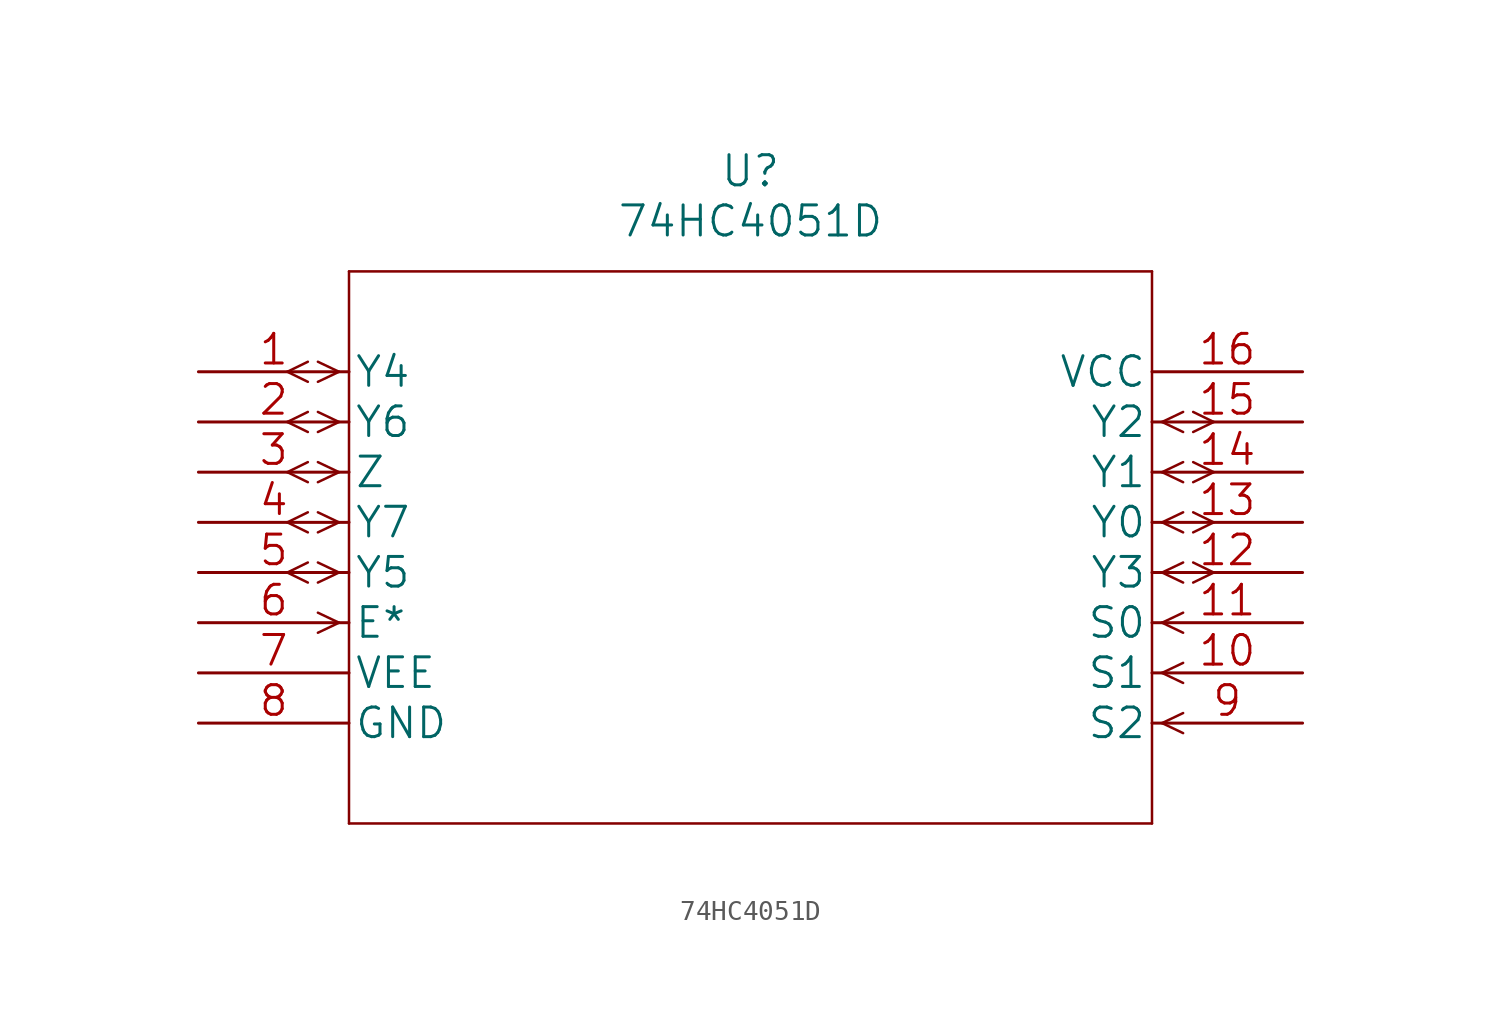
<source format=kicad_sym>
(kicad_symbol_lib
  (version 20211014)
  (generator kicad_symbol_editor)
  (symbol "74HC4051D"
    (pin_names
      (offset 0.254))
    (property "Reference" "U"
      (at 27.94 10.16 0)
      (effects (font (size 1.524 1.524))))
    (property "Value" "74HC4051D"
      (at 27.94 7.62 0)
      (effects (font (size 1.524 1.524))))
    (property "Datasheet" ""
      (at 0 0 0)
      (effects (font (size 1.524 1.524))))
    (property "ki_locked" ""
      (at 0 0 0)
      (effects (font (size 1.27 1.27))))
    (symbol "74HC4051D_1_1"
      (polyline (pts (xy 5.537 -10.668) (xy 4.496 -10.16)) (stroke (width 0.127) (type default) (color 0 0 0 0)) (fill (type none)))
      (polyline (pts (xy 5.537 -9.652) (xy 4.496 -10.16)) (stroke (width 0.127) (type default) (color 0 0 0 0)) (fill (type none)))
      (polyline (pts (xy 5.537 -8.128) (xy 4.496 -7.62)) (stroke (width 0.127) (type default) (color 0 0 0 0)) (fill (type none)))
      (polyline (pts (xy 5.537 -7.112) (xy 4.496 -7.62)) (stroke (width 0.127) (type default) (color 0 0 0 0)) (fill (type none)))
      (polyline (pts (xy 5.537 -5.588) (xy 4.496 -5.08)) (stroke (width 0.127) (type default) (color 0 0 0 0)) (fill (type none)))
      (polyline (pts (xy 5.537 -4.572) (xy 4.496 -5.08)) (stroke (width 0.127) (type default) (color 0 0 0 0)) (fill (type none)))
      (polyline (pts (xy 5.537 -3.048) (xy 4.496 -2.54)) (stroke (width 0.127) (type default) (color 0 0 0 0)) (fill (type none)))
      (polyline (pts (xy 5.537 -2.032) (xy 4.496 -2.54)) (stroke (width 0.127) (type default) (color 0 0 0 0)) (fill (type none)))
      (polyline (pts (xy 5.537 -0.508) (xy 4.496 0)) (stroke (width 0.127) (type default) (color 0 0 0 0)) (fill (type none)))
      (polyline (pts (xy 5.537 0.508) (xy 4.496 0)) (stroke (width 0.127) (type default) (color 0 0 0 0)) (fill (type none)))
      (polyline (pts (xy 7.112 -12.7) (xy 6.045 -13.208)) (stroke (width 0.127) (type default) (color 0 0 0 0)) (fill (type none)))
      (polyline (pts (xy 7.112 -12.7) (xy 6.045 -12.192)) (stroke (width 0.127) (type default) (color 0 0 0 0)) (fill (type none)))
      (polyline (pts (xy 7.112 -10.16) (xy 6.045 -10.668)) (stroke (width 0.127) (type default) (color 0 0 0 0)) (fill (type none)))
      (polyline (pts (xy 7.112 -10.16) (xy 6.045 -9.652)) (stroke (width 0.127) (type default) (color 0 0 0 0)) (fill (type none)))
      (polyline (pts (xy 7.112 -7.62) (xy 6.045 -8.128)) (stroke (width 0.127) (type default) (color 0 0 0 0)) (fill (type none)))
      (polyline (pts (xy 7.112 -7.62) (xy 6.045 -7.112)) (stroke (width 0.127) (type default) (color 0 0 0 0)) (fill (type none)))
      (polyline (pts (xy 7.112 -5.08) (xy 6.045 -5.588)) (stroke (width 0.127) (type default) (color 0 0 0 0)) (fill (type none)))
      (polyline (pts (xy 7.112 -5.08) (xy 6.045 -4.572)) (stroke (width 0.127) (type default) (color 0 0 0 0)) (fill (type none)))
      (polyline (pts (xy 7.112 -2.54) (xy 6.045 -3.048)) (stroke (width 0.127) (type default) (color 0 0 0 0)) (fill (type none)))
      (polyline (pts (xy 7.112 -2.54) (xy 6.045 -2.032)) (stroke (width 0.127) (type default) (color 0 0 0 0)) (fill (type none)))
      (polyline (pts (xy 7.112 0) (xy 6.045 -0.508)) (stroke (width 0.127) (type default) (color 0 0 0 0)) (fill (type none)))
      (polyline (pts (xy 7.112 0) (xy 6.045 0.508)) (stroke (width 0.127) (type default) (color 0 0 0 0)) (fill (type none)))
      (polyline (pts (xy 7.62 -22.86) (xy 48.26 -22.86)) (stroke (width 0.127) (type default) (color 0 0 0 0)) (fill (type none)))
      (polyline (pts (xy 7.62 5.08) (xy 7.62 -22.86)) (stroke (width 0.127) (type default) (color 0 0 0 0)) (fill (type none)))
      (polyline (pts (xy 48.26 -22.86) (xy 48.26 5.08)) (stroke (width 0.127) (type default) (color 0 0 0 0)) (fill (type none)))
      (polyline (pts (xy 48.26 5.08) (xy 7.62 5.08)) (stroke (width 0.127) (type default) (color 0 0 0 0)) (fill (type none)))
      (polyline (pts (xy 48.768 -17.78) (xy 49.835 -18.288)) (stroke (width 0.127) (type default) (color 0 0 0 0)) (fill (type none)))
      (polyline (pts (xy 48.768 -17.78) (xy 49.835 -17.272)) (stroke (width 0.127) (type default) (color 0 0 0 0)) (fill (type none)))
      (polyline (pts (xy 48.768 -15.24) (xy 49.835 -15.748)) (stroke (width 0.127) (type default) (color 0 0 0 0)) (fill (type none)))
      (polyline (pts (xy 48.768 -15.24) (xy 49.835 -14.732)) (stroke (width 0.127) (type default) (color 0 0 0 0)) (fill (type none)))
      (polyline (pts (xy 48.768 -12.7) (xy 49.835 -13.208)) (stroke (width 0.127) (type default) (color 0 0 0 0)) (fill (type none)))
      (polyline (pts (xy 48.768 -12.7) (xy 49.835 -12.192)) (stroke (width 0.127) (type default) (color 0 0 0 0)) (fill (type none)))
      (polyline (pts (xy 48.768 -10.16) (xy 49.835 -10.668)) (stroke (width 0.127) (type default) (color 0 0 0 0)) (fill (type none)))
      (polyline (pts (xy 48.768 -10.16) (xy 49.835 -9.652)) (stroke (width 0.127) (type default) (color 0 0 0 0)) (fill (type none)))
      (polyline (pts (xy 48.768 -7.62) (xy 49.835 -8.128)) (stroke (width 0.127) (type default) (color 0 0 0 0)) (fill (type none)))
      (polyline (pts (xy 48.768 -7.62) (xy 49.835 -7.112)) (stroke (width 0.127) (type default) (color 0 0 0 0)) (fill (type none)))
      (polyline (pts (xy 48.768 -5.08) (xy 49.835 -5.588)) (stroke (width 0.127) (type default) (color 0 0 0 0)) (fill (type none)))
      (polyline (pts (xy 48.768 -5.08) (xy 49.835 -4.572)) (stroke (width 0.127) (type default) (color 0 0 0 0)) (fill (type none)))
      (polyline (pts (xy 48.768 -2.54) (xy 49.835 -3.048)) (stroke (width 0.127) (type default) (color 0 0 0 0)) (fill (type none)))
      (polyline (pts (xy 48.768 -2.54) (xy 49.835 -2.032)) (stroke (width 0.127) (type default) (color 0 0 0 0)) (fill (type none)))
      (polyline (pts (xy 50.343 -10.668) (xy 51.384 -10.16)) (stroke (width 0.127) (type default) (color 0 0 0 0)) (fill (type none)))
      (polyline (pts (xy 50.343 -9.652) (xy 51.384 -10.16)) (stroke (width 0.127) (type default) (color 0 0 0 0)) (fill (type none)))
      (polyline (pts (xy 50.343 -8.128) (xy 51.384 -7.62)) (stroke (width 0.127) (type default) (color 0 0 0 0)) (fill (type none)))
      (polyline (pts (xy 50.343 -7.112) (xy 51.384 -7.62)) (stroke (width 0.127) (type default) (color 0 0 0 0)) (fill (type none)))
      (polyline (pts (xy 50.343 -5.588) (xy 51.384 -5.08)) (stroke (width 0.127) (type default) (color 0 0 0 0)) (fill (type none)))
      (polyline (pts (xy 50.343 -4.572) (xy 51.384 -5.08)) (stroke (width 0.127) (type default) (color 0 0 0 0)) (fill (type none)))
      (polyline (pts (xy 50.343 -3.048) (xy 51.384 -2.54)) (stroke (width 0.127) (type default) (color 0 0 0 0)) (fill (type none)))
      (polyline (pts (xy 50.343 -2.032) (xy 51.384 -2.54)) (stroke (width 0.127) (type default) (color 0 0 0 0)) (fill (type none)))
      (pin bidirectional line (at 0 0 0) (length 7.62) (name "Y4" (effects (font (size 1.499 1.499)))) (number "1" (effects (font (size 1.499 1.499)))))
      (pin input line (at 55.88 -15.24 180) (length 7.62) (name "S1" (effects (font (size 1.499 1.499)))) (number "10" (effects (font (size 1.499 1.499)))))
      (pin input line (at 55.88 -12.7 180) (length 7.62) (name "S0" (effects (font (size 1.499 1.499)))) (number "11" (effects (font (size 1.499 1.499)))))
      (pin bidirectional line (at 55.88 -10.16 180) (length 7.62) (name "Y3" (effects (font (size 1.499 1.499)))) (number "12" (effects (font (size 1.499 1.499)))))
      (pin bidirectional line (at 55.88 -7.62 180) (length 7.62) (name "Y0" (effects (font (size 1.499 1.499)))) (number "13" (effects (font (size 1.499 1.499)))))
      (pin bidirectional line (at 55.88 -5.08 180) (length 7.62) (name "Y1" (effects (font (size 1.499 1.499)))) (number "14" (effects (font (size 1.499 1.499)))))
      (pin bidirectional line (at 55.88 -2.54 180) (length 7.62) (name "Y2" (effects (font (size 1.499 1.499)))) (number "15" (effects (font (size 1.499 1.499)))))
      (pin power_in line (at 55.88 0 180) (length 7.62) (name "VCC" (effects (font (size 1.499 1.499)))) (number "16" (effects (font (size 1.499 1.499)))))
      (pin bidirectional line (at 0 -2.54 0) (length 7.62) (name "Y6" (effects (font (size 1.499 1.499)))) (number "2" (effects (font (size 1.499 1.499)))))
      (pin bidirectional line (at 0 -5.08 0) (length 7.62) (name "Z" (effects (font (size 1.499 1.499)))) (number "3" (effects (font (size 1.499 1.499)))))
      (pin bidirectional line (at 0 -7.62 0) (length 7.62) (name "Y7" (effects (font (size 1.499 1.499)))) (number "4" (effects (font (size 1.499 1.499)))))
      (pin bidirectional line (at 0 -10.16 0) (length 7.62) (name "Y5" (effects (font (size 1.499 1.499)))) (number "5" (effects (font (size 1.499 1.499)))))
      (pin input line (at 0 -12.7 0) (length 7.62) (name "E*" (effects (font (size 1.499 1.499)))) (number "6" (effects (font (size 1.499 1.499)))))
      (pin power_in line (at 0 -15.24 0) (length 7.62) (name "VEE" (effects (font (size 1.499 1.499)))) (number "7" (effects (font (size 1.499 1.499)))))
      (pin power_in line (at 0 -17.78 0) (length 7.62) (name "GND" (effects (font (size 1.499 1.499)))) (number "8" (effects (font (size 1.499 1.499)))))
      (pin input line (at 55.88 -17.78 180) (length 7.62) (name "S2" (effects (font (size 1.499 1.499)))) (number "9" (effects (font (size 1.499 1.499))))))))
</source>
